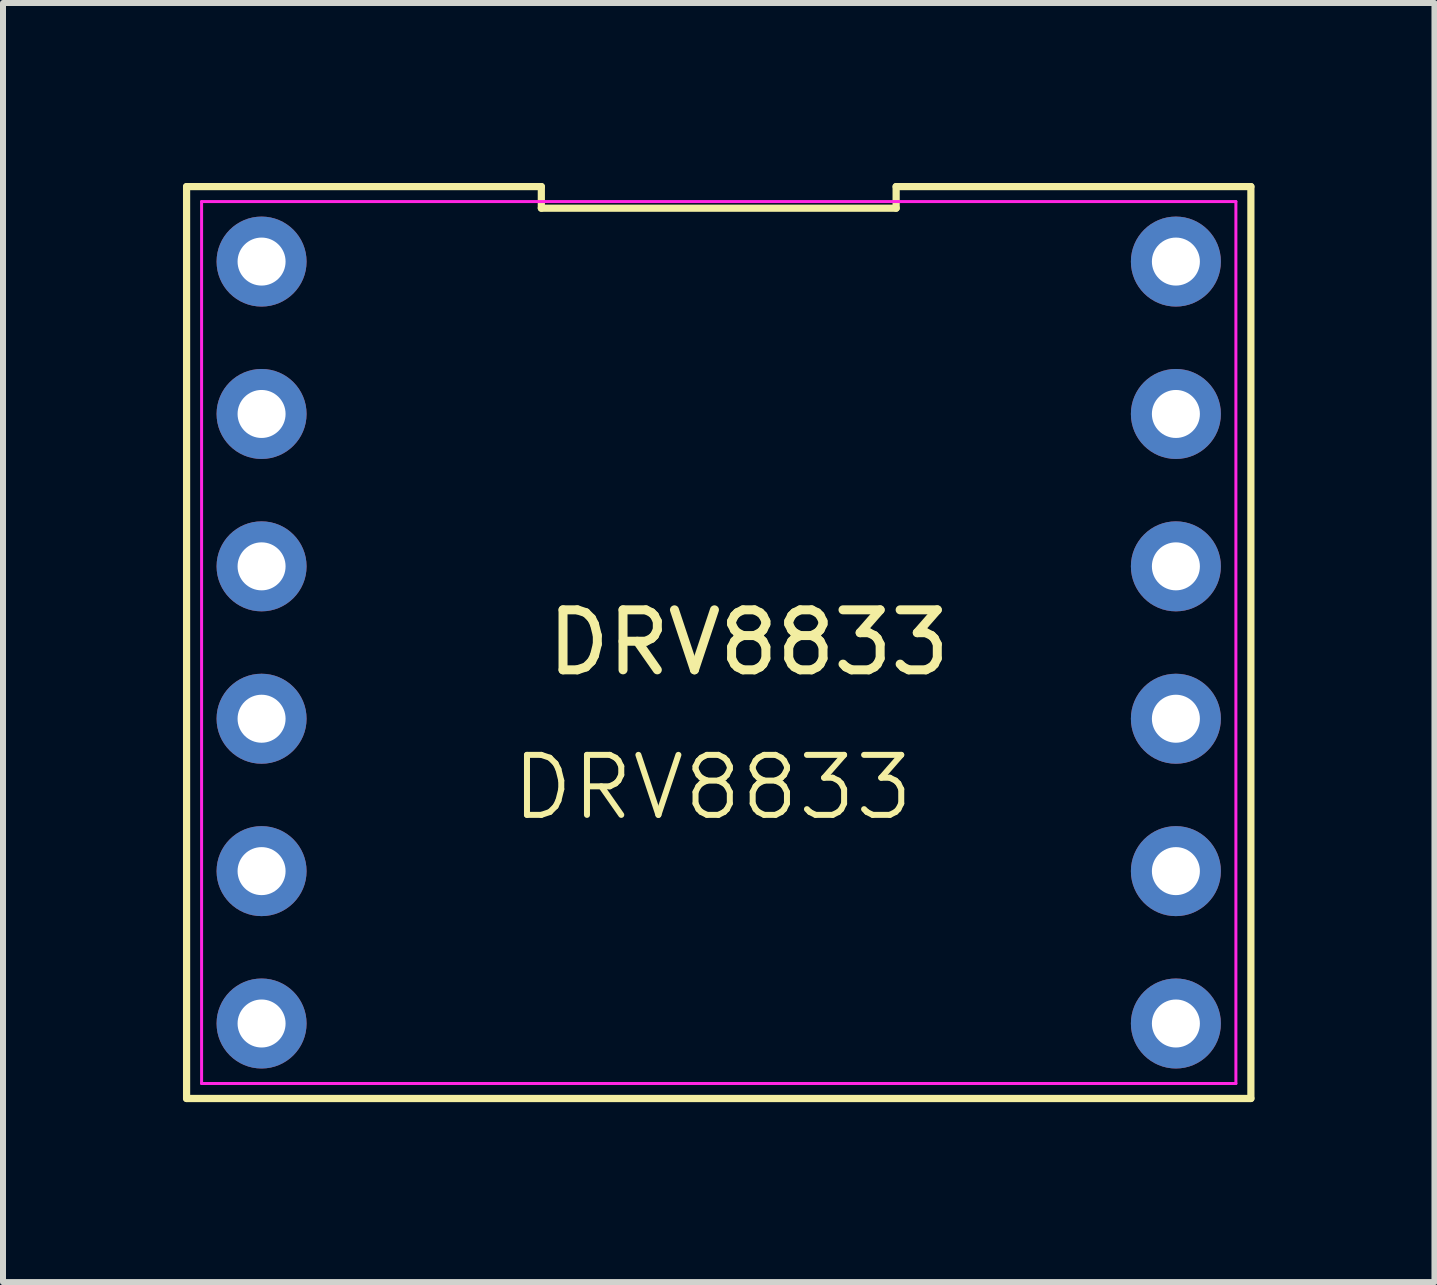
<source format=kicad_pcb>
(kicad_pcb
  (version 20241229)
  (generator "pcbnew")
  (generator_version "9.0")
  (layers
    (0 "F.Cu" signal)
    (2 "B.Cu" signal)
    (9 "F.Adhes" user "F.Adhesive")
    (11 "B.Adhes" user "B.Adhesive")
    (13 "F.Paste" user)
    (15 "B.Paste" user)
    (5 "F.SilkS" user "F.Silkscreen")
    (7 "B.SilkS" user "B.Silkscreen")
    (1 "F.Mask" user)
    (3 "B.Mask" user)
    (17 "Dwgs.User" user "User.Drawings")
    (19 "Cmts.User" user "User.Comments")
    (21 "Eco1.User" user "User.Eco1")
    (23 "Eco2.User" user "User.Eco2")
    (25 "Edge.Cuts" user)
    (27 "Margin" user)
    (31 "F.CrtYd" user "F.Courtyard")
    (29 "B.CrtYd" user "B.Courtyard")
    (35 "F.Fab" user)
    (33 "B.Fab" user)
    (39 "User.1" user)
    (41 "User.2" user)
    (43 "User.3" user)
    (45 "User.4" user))
  (footprint "DRV8833"
    (layer "F.Cu")
    (at 8.93 7.66)
    (property "Reference" "DRV8833" (at 0.5 0 0) (layer "F.SilkS") (effects (font (size 1 1) (thickness 0.15))))
    (attr through_hole)
    (fp_line (start -8.87 -7.6) (end -8.87 7.6) (stroke (width 0.12) (type default)) (layer "F.SilkS"))
    (fp_line (start -8.87 7.6) (end 8.87 7.6) (stroke (width 0.12) (type default)) (layer "F.SilkS"))
    (fp_line (start -2.957 -7.6) (end -8.87 -7.6) (stroke (width 0.12) (type default)) (layer "F.SilkS"))
    (fp_line (start -2.957 -7.24) (end -2.957 -7.6) (stroke (width 0.12) (type default)) (layer "F.SilkS"))
    (fp_line (start 2.957 -7.6) (end 2.957 -7.24) (stroke (width 0.12) (type default)) (layer "F.SilkS"))
    (fp_line (start 2.957 -7.24) (end -2.957 -7.24) (stroke (width 0.12) (type default)) (layer "F.SilkS"))
    (fp_line (start 8.87 -7.6) (end 2.957 -7.6) (stroke (width 0.12) (type default)) (layer "F.SilkS"))
    (fp_line (start 8.87 7.6) (end 8.87 -7.6) (stroke (width 0.12) (type default)) (layer "F.SilkS"))
    (fp_line (start -8.62 -7.35) (end 8.62 -7.35) (stroke (width 0.05) (type default)) (layer "F.CrtYd"))
    (fp_line (start -8.62 7.35) (end -8.62 -7.35) (stroke (width 0.05) (type default)) (layer "F.CrtYd"))
    (fp_line (start 8.62 -7.35) (end 8.62 7.35) (stroke (width 0.05) (type default)) (layer "F.CrtYd"))
    (fp_line (start 8.62 7.35) (end -8.62 7.35) (stroke (width 0.05) (type default)) (layer "F.CrtYd"))
    (fp_text user "DRV8833" (at -3.5 3 0) (unlocked yes) (layer "F.SilkS") (effects (font (size 1 1) (thickness 0.1)) (justify left bottom)))
    (pad "1" thru_hole circle (at -7.62 -6.35 270) (size 1.5 1.5) (drill 0.8) (layers "*.Cu" "*.Mask"))
    (pad "2" thru_hole circle (at -7.62 -3.81 270) (size 1.5 1.5) (drill 0.8) (layers "*.Cu" "*.Mask"))
    (pad "3" thru_hole circle (at -7.62 -1.27 270) (size 1.5 1.5) (drill 0.8) (layers "*.Cu" "*.Mask"))
    (pad "4" thru_hole circle (at -7.62 1.27 270) (size 1.5 1.5) (drill 0.8) (layers "*.Cu" "*.Mask"))
    (pad "5" thru_hole circle (at -7.62 3.81 270) (size 1.5 1.5) (drill 0.8) (layers "*.Cu" "*.Mask"))
    (pad "6" thru_hole circle (at -7.62 6.35 270) (size 1.5 1.5) (drill 0.8) (layers "*.Cu" "*.Mask"))
    (pad "7" thru_hole circle (at 7.62 6.35 270) (size 1.5 1.5) (drill 0.8) (layers "*.Cu" "*.Mask"))
    (pad "8" thru_hole circle (at 7.62 3.81 270) (size 1.5 1.5) (drill 0.8) (layers "*.Cu" "*.Mask"))
    (pad "9" thru_hole circle (at 7.62 1.27 270) (size 1.5 1.5) (drill 0.8) (layers "*.Cu" "*.Mask"))
    (pad "10" thru_hole circle (at 7.62 -1.27 270) (size 1.5 1.5) (drill 0.8) (layers "*.Cu" "*.Mask"))
    (pad "11" thru_hole circle (at 7.62 -3.81 270) (size 1.5 1.5) (drill 0.8) (layers "*.Cu" "*.Mask"))
    (pad "12" thru_hole circle (at 7.62 -6.35 270) (size 1.5 1.5) (drill 0.8) (layers "*.Cu" "*.Mask")))
  (gr_rect
    (start -3 -3)
    (end 20.86 18.32)
    (stroke (width 0.1) (type default))
    (fill no)
    (layer "Edge.Cuts")))
</source>
